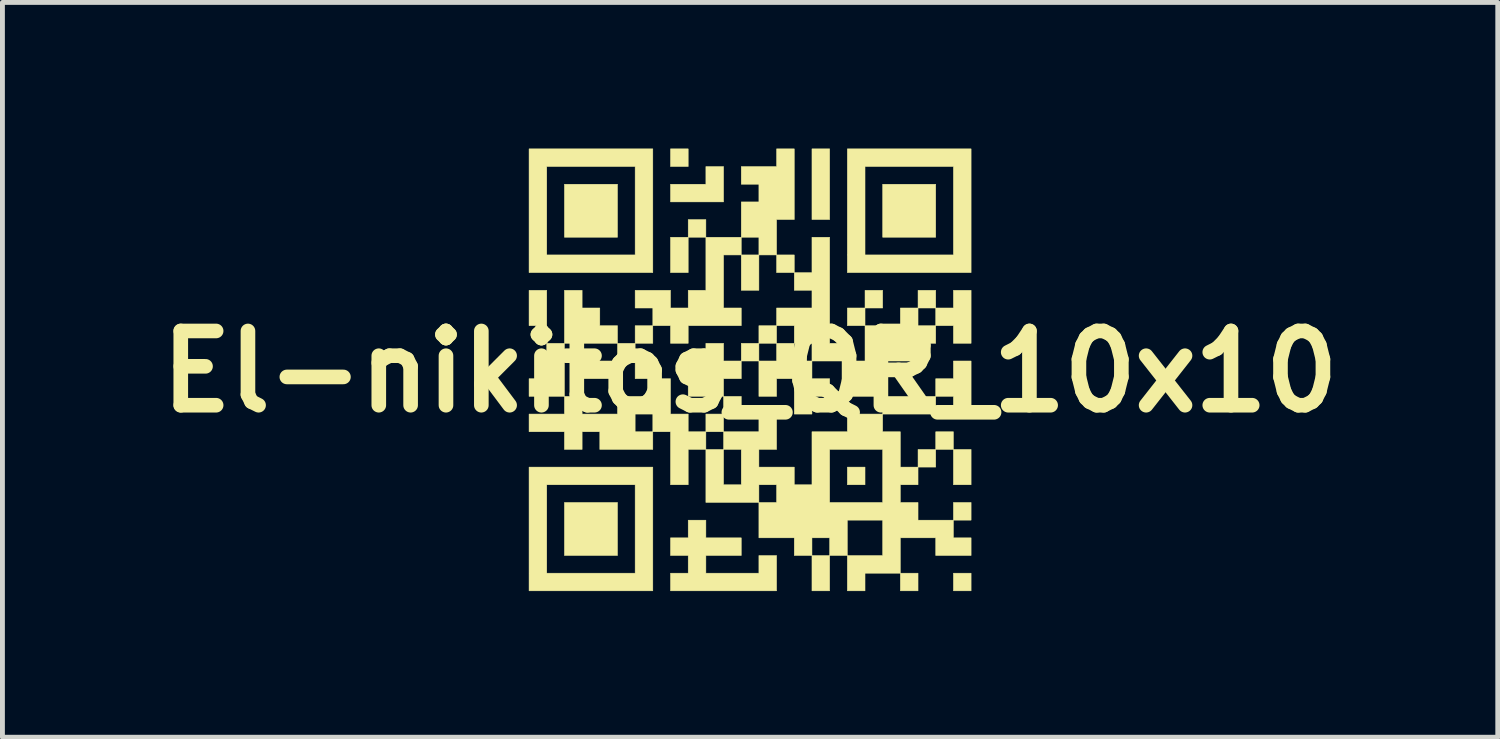
<source format=kicad_pcb>
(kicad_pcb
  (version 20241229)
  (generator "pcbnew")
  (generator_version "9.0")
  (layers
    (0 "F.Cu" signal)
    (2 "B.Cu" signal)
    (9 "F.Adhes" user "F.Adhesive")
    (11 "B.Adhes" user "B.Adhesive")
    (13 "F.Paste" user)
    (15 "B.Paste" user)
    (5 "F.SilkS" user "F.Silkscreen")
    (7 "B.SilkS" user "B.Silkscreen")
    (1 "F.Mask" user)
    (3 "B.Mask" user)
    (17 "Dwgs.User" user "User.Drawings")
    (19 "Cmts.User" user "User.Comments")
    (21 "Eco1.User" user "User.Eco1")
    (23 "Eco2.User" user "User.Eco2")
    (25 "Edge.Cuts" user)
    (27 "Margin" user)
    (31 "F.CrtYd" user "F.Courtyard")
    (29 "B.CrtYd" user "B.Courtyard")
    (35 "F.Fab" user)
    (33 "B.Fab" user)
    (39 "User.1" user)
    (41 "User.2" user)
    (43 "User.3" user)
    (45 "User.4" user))
  (footprint "El-nikitos_QR_10x10"
    (layer "F.Cu")
    (at 12.344 4.577)
    (property "Reference" "El-nikitos_QR_10x10" (at 0 0 0) (layer "F.SilkS") (effects (font (size 1.524 1.524) (thickness 0.3))))
    (attr through_hole)
    (fp_poly (pts (xy -4.173 -0.943) (xy -4.536 -0.943) (xy -4.536 -1.669) (xy -4.173 -1.669) (xy -4.173 -0.943)) (stroke (width 0.01) (type solid)) (fill yes) (layer "F.SilkS"))
    (fp_poly (pts (xy -2.721 -2.758) (xy -3.81 -2.758) (xy -3.81 -3.846) (xy -2.721 -3.846) (xy -2.721 -2.758)) (stroke (width 0.01) (type solid)) (fill yes) (layer "F.SilkS"))
    (fp_poly (pts (xy -2.721 0.145) (xy -3.447 0.145) (xy -3.447 -0.218) (xy -2.721 -0.218) (xy -2.721 0.145)) (stroke (width 0.01) (type solid)) (fill yes) (layer "F.SilkS"))
    (fp_poly (pts (xy -2.721 3.774) (xy -3.81 3.774) (xy -3.81 2.685) (xy -2.721 2.685) (xy -2.721 3.774)) (stroke (width 0.01) (type solid)) (fill yes) (layer "F.SilkS"))
    (fp_poly (pts (xy -2.359 -0.943) (xy -1.996 -0.943) (xy -1.996 -0.581) (xy -2.359 -0.581) (xy -2.359 -0.943)) (stroke (width 0.01) (type solid)) (fill yes) (layer "F.SilkS"))
    (fp_poly (pts (xy -2.359 -0.581) (xy -2.359 -0.218) (xy -2.721 -0.218) (xy -2.721 -0.581) (xy -2.359 -0.581)) (stroke (width 0.01) (type solid)) (fill yes) (layer "F.SilkS"))
    (fp_poly (pts (xy -1.996 0.145) (xy -2.359 0.145) (xy -2.359 -0.218) (xy -1.996 -0.218) (xy -1.996 0.145)) (stroke (width 0.01) (type solid)) (fill yes) (layer "F.SilkS"))
    (fp_poly (pts (xy -1.27 -4.209) (xy -1.633 -4.209) (xy -1.633 -4.572) (xy -1.27 -4.572) (xy -1.27 -4.209)) (stroke (width 0.01) (type solid)) (fill yes) (layer "F.SilkS"))
    (fp_poly (pts (xy -1.27 -3.121) (xy -0.907 -3.121) (xy -0.907 -2.758) (xy -1.27 -2.758) (xy -1.27 -3.121)) (stroke (width 0.01) (type solid)) (fill yes) (layer "F.SilkS"))
    (fp_poly (pts (xy -1.27 -2.032) (xy -1.633 -2.032) (xy -1.633 -2.758) (xy -1.27 -2.758) (xy -1.27 -2.032)) (stroke (width 0.01) (type solid)) (fill yes) (layer "F.SilkS"))
    (fp_poly (pts (xy -0.544 0.508) (xy -0.181 0.508) (xy -0.181 0.871) (xy -0.544 0.871) (xy -0.544 0.508)) (stroke (width 0.01) (type solid)) (fill yes) (layer "F.SilkS"))
    (fp_poly (pts (xy -0.544 1.234) (xy -0.907 1.234) (xy -0.907 0.871) (xy -0.544 0.871) (xy -0.544 1.234)) (stroke (width 0.01) (type solid)) (fill yes) (layer "F.SilkS"))
    (fp_poly (pts (xy -0.181 -0.218) (xy -0.181 -0.581) (xy 0.181 -0.581) (xy 0.181 -0.218) (xy -0.181 -0.218)) (stroke (width 0.01) (type solid)) (fill yes) (layer "F.SilkS"))
    (fp_poly (pts (xy 0.181 -1.669) (xy -0.181 -1.669) (xy -0.181 -2.395) (xy 0.181 -2.395) (xy 0.181 -1.669)) (stroke (width 0.01) (type solid)) (fill yes) (layer "F.SilkS"))
    (fp_poly (pts (xy 0.181 -0.943) (xy 0.544 -0.943) (xy 0.544 -0.581) (xy 0.181 -0.581) (xy 0.181 -0.943)) (stroke (width 0.01) (type solid)) (fill yes) (layer "F.SilkS"))
    (fp_poly (pts (xy 0.544 -2.032) (xy 0.544 -2.395) (xy 0.907 -2.395) (xy 0.907 -2.032) (xy 0.544 -2.032)) (stroke (width 0.01) (type solid)) (fill yes) (layer "F.SilkS"))
    (fp_poly (pts (xy 1.633 -3.121) (xy 1.27 -3.121) (xy 1.27 -4.572) (xy 1.633 -4.572) (xy 1.633 -3.121)) (stroke (width 0.01) (type solid)) (fill yes) (layer "F.SilkS"))
    (fp_poly (pts (xy 2.359 -1.669) (xy 2.721 -1.669) (xy 2.721 -1.306) (xy 2.359 -1.306) (xy 2.359 -1.669)) (stroke (width 0.01) (type solid)) (fill yes) (layer "F.SilkS"))
    (fp_poly (pts (xy 2.359 -0.943) (xy 1.996 -0.943) (xy 1.996 -1.306) (xy 2.359 -1.306) (xy 2.359 -0.943)) (stroke (width 0.01) (type solid)) (fill yes) (layer "F.SilkS"))
    (fp_poly (pts (xy 2.359 2.322) (xy 1.996 2.322) (xy 1.996 1.959) (xy 2.359 1.959) (xy 2.359 2.322)) (stroke (width 0.01) (type solid)) (fill yes) (layer "F.SilkS"))
    (fp_poly (pts (xy 3.447 4.499) (xy 3.084 4.499) (xy 3.084 4.137) (xy 3.447 4.137) (xy 3.447 4.499)) (stroke (width 0.01) (type solid)) (fill yes) (layer "F.SilkS"))
    (fp_poly (pts (xy 3.81 -2.758) (xy 2.721 -2.758) (xy 2.721 -3.846) (xy 3.81 -3.846) (xy 3.81 -2.758)) (stroke (width 0.01) (type solid)) (fill yes) (layer "F.SilkS"))
    (fp_poly (pts (xy 3.81 0.871) (xy 2.721 0.871) (xy 2.721 0.508) (xy 3.81 0.508) (xy 3.81 0.871)) (stroke (width 0.01) (type solid)) (fill yes) (layer "F.SilkS"))
    (fp_poly (pts (xy 3.81 1.234) (xy 4.173 1.234) (xy 4.173 1.597) (xy 3.81 1.597) (xy 3.81 1.234)) (stroke (width 0.01) (type solid)) (fill yes) (layer "F.SilkS"))
    (fp_poly (pts (xy 3.81 1.959) (xy 3.447 1.959) (xy 3.447 1.597) (xy 3.81 1.597) (xy 3.81 1.959)) (stroke (width 0.01) (type solid)) (fill yes) (layer "F.SilkS"))
    (fp_poly (pts (xy 4.173 2.685) (xy 4.536 2.685) (xy 4.536 3.048) (xy 4.173 3.048) (xy 4.173 2.685)) (stroke (width 0.01) (type solid)) (fill yes) (layer "F.SilkS"))
    (fp_poly (pts (xy 4.536 2.322) (xy 4.173 2.322) (xy 4.173 1.597) (xy 4.536 1.597) (xy 4.536 2.322)) (stroke (width 0.01) (type solid)) (fill yes) (layer "F.SilkS"))
    (fp_poly (pts (xy 4.536 4.499) (xy 4.173 4.499) (xy 4.173 4.137) (xy 4.536 4.137) (xy 4.536 4.499)) (stroke (width 0.01) (type solid)) (fill yes) (layer "F.SilkS"))
    (fp_poly (pts (xy -4.536 0.508) (xy -4.536 0.145) (xy -4.173 0.145) (xy -4.173 -0.581) (xy -3.81 -0.581) (xy -3.81 0.508) (xy -4.536 0.508)) (stroke (width 0.01) (type solid)) (fill yes) (layer "F.SilkS"))
    (fp_poly (pts (xy -0.544 -3.483) (xy -1.633 -3.483) (xy -1.633 -3.846) (xy -0.907 -3.846) (xy -0.907 -4.209) (xy -0.544 -4.209) (xy -0.544 -3.483)) (stroke (width 0.01) (type solid)) (fill yes) (layer "F.SilkS"))
    (fp_poly (pts (xy -3.81 -1.669) (xy -3.447 -1.669) (xy -3.447 -1.306) (xy -3.084 -1.306) (xy -3.084 -0.943) (xy -2.721 -0.943) (xy -2.721 -0.581) (xy -3.81 -0.581) (xy -3.81 -1.669)) (stroke (width 0.01) (type solid)) (fill yes) (layer "F.SilkS"))
    (fp_poly (pts (xy 3.81 0.145) (xy 4.173 0.145) (xy 4.173 -0.218) (xy 4.536 -0.218) (xy 4.536 0.871) (xy 4.173 0.871) (xy 4.173 0.508) (xy 3.81 0.508) (xy 3.81 0.145)) (stroke (width 0.01) (type solid)) (fill yes) (layer "F.SilkS"))
    (fp_poly (pts (xy -1.27 0.508) (xy -1.27 -0.218) (xy -0.907 -0.218) (xy -0.907 -0.581) (xy -0.544 -0.581) (xy -0.544 -0.218) (xy -0.181 -0.218) (xy -0.181 0.145) (xy -0.544 0.145) (xy -0.544 0.508) (xy -1.27 0.508)) (stroke (width 0.01) (type solid)) (fill yes) (layer "F.SilkS"))
    (fp_poly (pts (xy -1.996 -2.032) (xy -4.536 -2.032) (xy -4.536 -4.209) (xy -4.173 -4.209) (xy -4.173 -2.395) (xy -2.359 -2.395) (xy -2.359 -4.209) (xy -4.173 -4.209) (xy -4.536 -4.209) (xy -4.536 -4.572) (xy -1.996 -4.572) (xy -1.996 -2.032)) (stroke (width 0.01) (type solid)) (fill yes) (layer "F.SilkS"))
    (fp_poly (pts (xy -1.996 4.499) (xy -4.536 4.499) (xy -4.536 2.322) (xy -4.173 2.322) (xy -4.173 4.137) (xy -2.359 4.137) (xy -2.359 2.322) (xy -4.173 2.322) (xy -4.536 2.322) (xy -4.536 1.959) (xy -1.996 1.959) (xy -1.996 4.499)) (stroke (width 0.01) (type solid)) (fill yes) (layer "F.SilkS"))
    (fp_poly (pts (xy 4.536 -2.032) (xy 1.996 -2.032) (xy 1.996 -4.209) (xy 2.359 -4.209) (xy 2.359 -2.395) (xy 4.173 -2.395) (xy 4.173 -4.209) (xy 2.359 -4.209) (xy 1.996 -4.209) (xy 1.996 -4.572) (xy 4.536 -4.572) (xy 4.536 -2.032)) (stroke (width 0.01) (type solid)) (fill yes) (layer "F.SilkS"))
    (fp_poly (pts (xy 0.181 -2.395) (xy 0.181 -2.758) (xy -0.181 -2.758) (xy -0.181 -3.483) (xy 0.181 -3.483) (xy 0.181 -3.846) (xy -0.181 -3.846) (xy -0.181 -4.209) (xy 0.544 -4.209) (xy 0.544 -4.572) (xy 0.907 -4.572) (xy 0.907 -3.121) (xy 0.544 -3.121) (xy 0.544 -2.395) (xy 0.181 -2.395)) (stroke (width 0.01) (type solid)) (fill yes) (layer "F.SilkS"))
    (fp_poly (pts (xy 0.544 -0.218) (xy 0.544 -0.581) (xy 0.907 -0.581) (xy 0.907 -0.218) (xy 1.27 -0.218) (xy 1.27 0.145) (xy 1.633 0.145) (xy 1.633 0.508) (xy 1.27 0.508) (xy 1.27 0.871) (xy 0.907 0.871) (xy 0.907 0.145) (xy 0.544 0.145) (xy 0.544 0.508) (xy 0.181 0.508) (xy 0.181 -0.218) (xy 0.544 -0.218)) (stroke (width 0.01) (type solid)) (fill yes) (layer "F.SilkS"))
    (fp_poly (pts (xy 1.27 -0.218) (xy 1.27 -0.581) (xy 0.907 -0.581) (xy 0.907 -0.943) (xy 0.544 -0.943) (xy 0.544 -1.306) (xy 1.27 -1.306) (xy 1.27 -1.669) (xy 0.907 -1.669) (xy 0.907 -2.032) (xy 1.27 -2.032) (xy 1.27 -2.758) (xy 1.633 -2.758) (xy 1.633 -0.581) (xy 1.996 -0.581) (xy 1.996 -0.218) (xy 1.27 -0.218)) (stroke (width 0.01) (type solid)) (fill yes) (layer "F.SilkS"))
    (fp_poly (pts (xy -0.907 3.411) (xy -0.181 3.411) (xy -0.181 3.774) (xy -0.907 3.774) (xy -0.907 4.137) (xy 0.181 4.137) (xy 0.181 3.774) (xy 0.544 3.774) (xy 0.544 4.499) (xy -1.633 4.499) (xy -1.633 4.137) (xy -1.27 4.137) (xy -1.27 3.774) (xy -1.633 3.774) (xy -1.633 3.411) (xy -1.27 3.411) (xy -1.27 3.048) (xy -0.907 3.048) (xy -0.907 3.411)) (stroke (width 0.01) (type solid)) (fill yes) (layer "F.SilkS"))
    (fp_poly (pts (xy -1.996 -1.306) (xy -2.359 -1.306) (xy -2.359 -1.669) (xy -1.633 -1.669) (xy -1.633 -1.306) (xy -1.27 -1.306) (xy -1.27 -1.669) (xy -0.907 -1.669) (xy -0.907 -2.758) (xy -0.181 -2.758) (xy -0.181 -2.395) (xy -0.544 -2.395) (xy -0.544 -1.306) (xy -0.181 -1.306) (xy -0.181 -0.943) (xy -1.27 -0.943) (xy -1.27 -0.581) (xy -1.633 -0.581) (xy -1.633 -0.943) (xy -1.996 -0.943) (xy -1.996 -1.306)) (stroke (width 0.01) (type solid)) (fill yes) (layer "F.SilkS"))
    (fp_poly (pts (xy 3.084 -0.943) (xy 3.084 -1.306) (xy 3.447 -1.306) (xy 3.447 -0.943) (xy 3.81 -0.943) (xy 3.81 -1.306) (xy 3.447 -1.306) (xy 3.447 -1.669) (xy 3.81 -1.669) (xy 3.81 -1.306) (xy 4.173 -1.306) (xy 4.173 -1.669) (xy 4.536 -1.669) (xy 4.536 -0.581) (xy 4.173 -0.581) (xy 4.173 -0.943) (xy 3.81 -0.943) (xy 3.81 -0.581) (xy 3.447 -0.581) (xy 3.447 -0.218) (xy 2.721 -0.218) (xy 2.721 0.508) (xy 1.996 0.508) (xy 1.996 -0.218) (xy 2.359 -0.218) (xy 2.359 -0.943) (xy 3.084 -0.943)) (stroke (width 0.01) (type solid)) (fill yes) (layer "F.SilkS"))
    (fp_poly (pts (xy -3.447 0.508) (xy -3.447 0.871) (xy -2.721 0.871) (xy -2.359 0.871) (xy -2.359 1.234) (xy -1.996 1.234) (xy -1.996 0.871) (xy -2.359 0.871) (xy -2.721 0.871) (xy -2.721 0.508) (xy -1.996 0.508) (xy -1.996 0.145) (xy -1.633 0.145) (xy -1.633 0.871) (xy -1.27 0.871) (xy -1.27 1.234) (xy -0.907 1.234) (xy -0.907 1.597) (xy -1.27 1.597) (xy -1.27 2.322) (xy -1.633 2.322) (xy -1.633 1.234) (xy -1.996 1.234) (xy -1.996 1.597) (xy -3.084 1.597) (xy -3.084 1.234) (xy -3.447 1.234) (xy -3.447 1.597) (xy -3.81 1.597) (xy -3.81 1.234) (xy -4.536 1.234) (xy -4.536 0.871) (xy -3.81 0.871) (xy -3.81 0.508) (xy -3.447 0.508)) (stroke (width 0.01) (type solid)) (fill yes) (layer "F.SilkS"))
    (fp_poly (pts (xy 3.447 2.322) (xy 3.084 2.322) (xy 3.084 2.685) (xy 3.447 2.685) (xy 3.447 3.048) (xy 4.173 3.048) (xy 4.173 3.411) (xy 4.536 3.411) (xy 4.536 3.774) (xy 3.81 3.774) (xy 3.81 3.411) (xy 3.084 3.411) (xy 3.084 4.137) (xy 2.359 4.137) (xy 2.359 4.499) (xy 1.996 4.499) (xy 1.996 3.774) (xy 1.633 3.774) (xy 1.633 4.499) (xy 1.27 4.499) (xy 1.27 3.774) (xy 0.907 3.774) (xy 0.907 3.411) (xy 1.27 3.411) (xy 1.27 3.774) (xy 1.633 3.774) (xy 1.633 3.411) (xy 1.27 3.411) (xy 0.907 3.411) (xy 0.181 3.411) (xy 0.181 3.048) (xy 1.996 3.048) (xy 1.996 3.774) (xy 2.721 3.774) (xy 2.721 3.048) (xy 1.996 3.048) (xy 0.181 3.048) (xy 0.181 2.685) (xy -0.907 2.685) (xy -0.907 1.597) (xy -0.544 1.597) (xy -0.544 2.322) (xy -0.181 2.322) (xy 0.181 2.322) (xy 0.181 2.685) (xy 0.544 2.685) (xy 0.544 2.322) (xy 0.181 2.322) (xy -0.181 2.322) (xy -0.181 1.597) (xy -0.544 1.597) (xy -0.544 1.234) (xy 0.181 1.234) (xy 0.181 0.871) (xy 0.544 0.871) (xy 0.544 1.597) (xy 0.181 1.597) (xy 0.181 1.959) (xy 0.907 1.959) (xy 0.907 2.322) (xy 1.27 2.322) (xy 1.27 1.597) (xy 1.633 1.597) (xy 1.633 2.685) (xy 2.721 2.685) (xy 2.721 1.597) (xy 1.633 1.597) (xy 1.27 1.597) (xy 1.27 1.234) (xy 1.996 1.234) (xy 1.996 0.871) (xy 2.721 0.871) (xy 2.721 1.234) (xy 3.084 1.234) (xy 3.084 1.959) (xy 3.447 1.959) (xy 3.447 2.322)) (stroke (width 0.01) (type solid)) (fill yes) (layer "F.SilkS")))
  (gr_rect
    (start -3 -3)
    (end 27.689 12.081)
    (stroke (width 0.1) (type default))
    (fill no)
    (layer "Edge.Cuts")))
</source>
